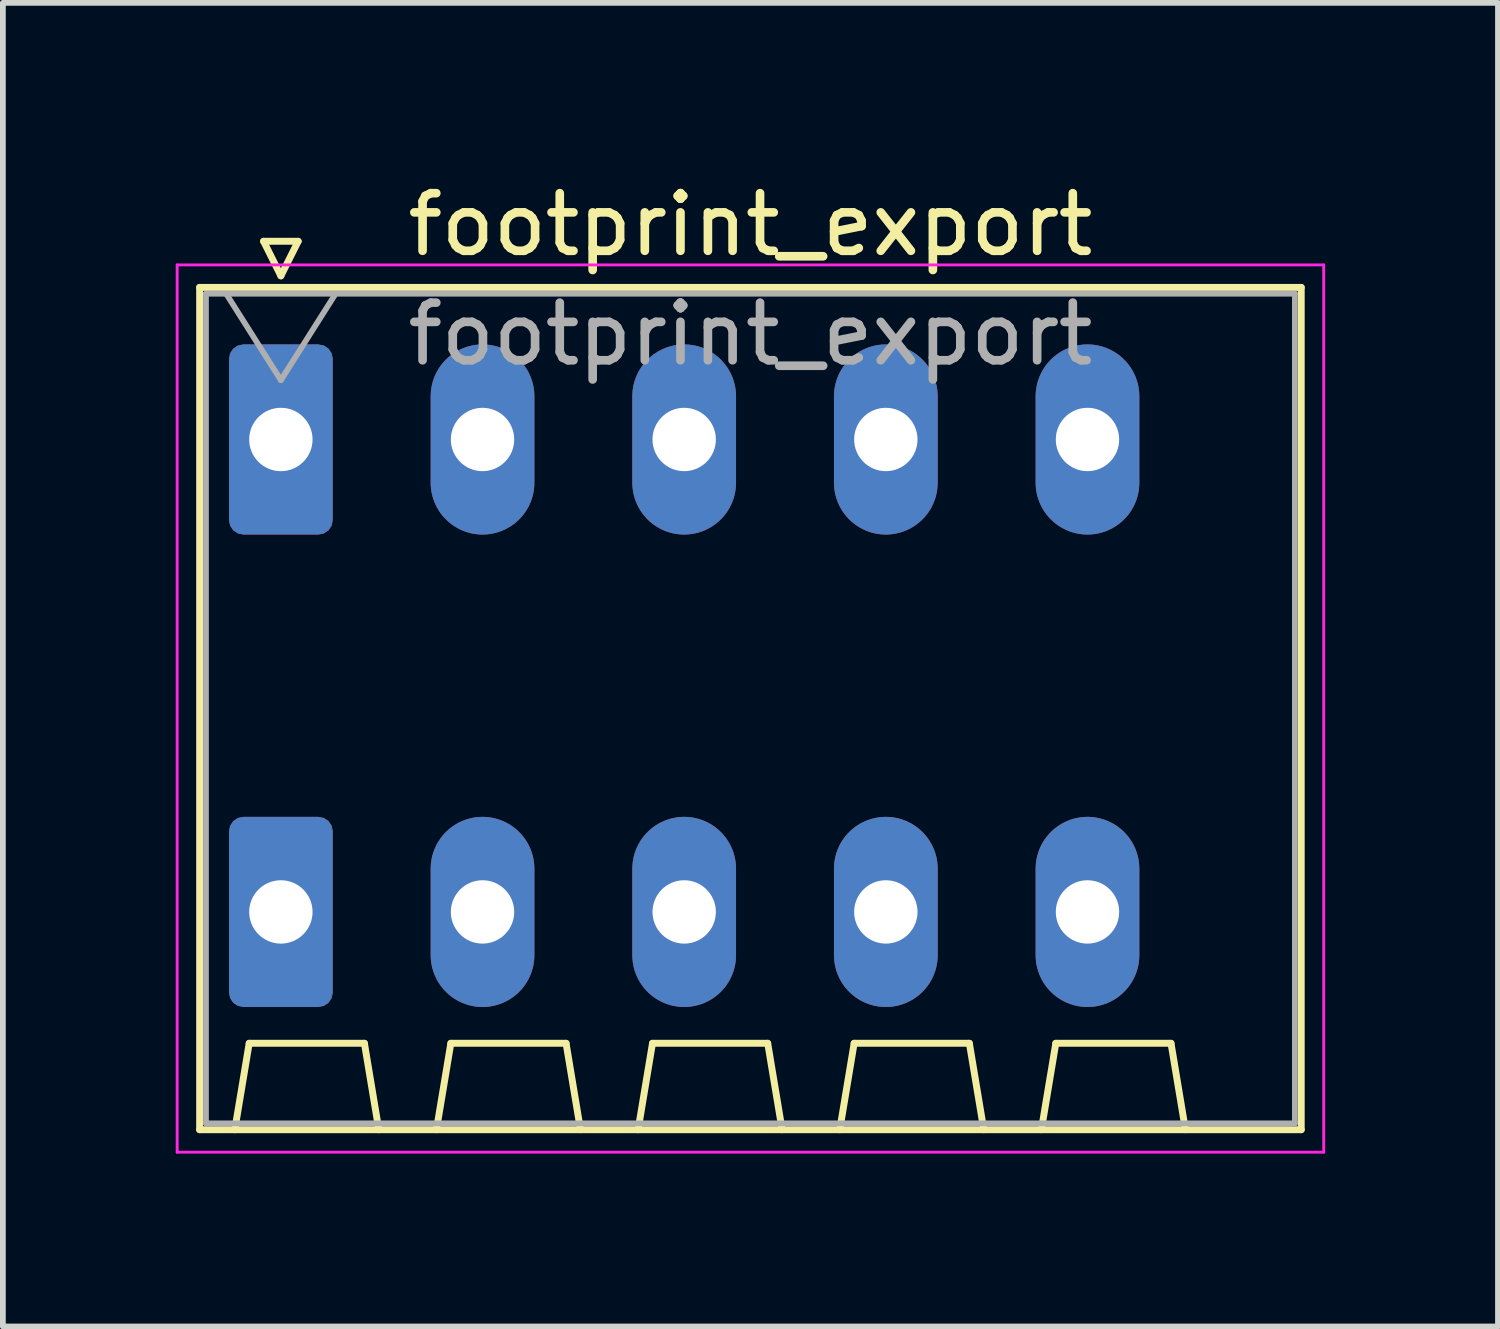
<source format=kicad_pcb>
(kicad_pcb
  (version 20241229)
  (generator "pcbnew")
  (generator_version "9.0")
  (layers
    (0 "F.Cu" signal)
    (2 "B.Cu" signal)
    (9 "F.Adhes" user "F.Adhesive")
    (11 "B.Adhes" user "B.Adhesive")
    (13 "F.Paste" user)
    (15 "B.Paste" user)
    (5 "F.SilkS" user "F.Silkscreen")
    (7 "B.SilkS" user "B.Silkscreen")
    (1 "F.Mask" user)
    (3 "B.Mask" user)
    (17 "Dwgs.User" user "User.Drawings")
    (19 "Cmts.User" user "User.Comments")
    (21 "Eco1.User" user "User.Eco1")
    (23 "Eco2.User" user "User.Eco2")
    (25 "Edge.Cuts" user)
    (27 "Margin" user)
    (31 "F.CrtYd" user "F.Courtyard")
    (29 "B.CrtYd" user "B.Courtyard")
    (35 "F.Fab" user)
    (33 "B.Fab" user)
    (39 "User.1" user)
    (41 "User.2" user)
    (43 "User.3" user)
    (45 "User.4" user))
  (footprint "footprint_export"
    (layer "F.Cu")
    (at 1.825 4.578)
    (property "Reference" "footprint_export" (at 8.15 -3.73 0) (layer "F.SilkS") (effects (font (size 1 1) (thickness 0.15))))
    (attr through_hole)
    (fp_line (start -1.41 -2.64) (end 17.71 -2.64) (stroke (width 0.12) (type solid)) (layer "F.SilkS"))
    (fp_line (start -1.41 11.98) (end -1.41 -2.64) (stroke (width 0.12) (type solid)) (layer "F.SilkS"))
    (fp_line (start -0.8 11.98) (end -0.55 10.48) (stroke (width 0.12) (type solid)) (layer "F.SilkS"))
    (fp_line (start -0.55 10.48) (end 1.45 10.48) (stroke (width 0.12) (type solid)) (layer "F.SilkS"))
    (fp_line (start -0.3 -3.44) (end 0 -2.84) (stroke (width 0.12) (type solid)) (layer "F.SilkS"))
    (fp_line (start -0.3 -3.44) (end 0.3 -3.44) (stroke (width 0.12) (type solid)) (layer "F.SilkS"))
    (fp_line (start 0.3 -3.44) (end 0 -2.84) (stroke (width 0.12) (type solid)) (layer "F.SilkS"))
    (fp_line (start 1.7 11.98) (end 1.45 10.48) (stroke (width 0.12) (type solid)) (layer "F.SilkS"))
    (fp_line (start 2.7 11.98) (end 2.95 10.48) (stroke (width 0.12) (type solid)) (layer "F.SilkS"))
    (fp_line (start 2.95 10.48) (end 4.95 10.48) (stroke (width 0.12) (type solid)) (layer "F.SilkS"))
    (fp_line (start 5.2 11.98) (end 4.95 10.48) (stroke (width 0.12) (type solid)) (layer "F.SilkS"))
    (fp_line (start 6.2 11.98) (end 6.45 10.48) (stroke (width 0.12) (type solid)) (layer "F.SilkS"))
    (fp_line (start 6.45 10.48) (end 8.45 10.48) (stroke (width 0.12) (type solid)) (layer "F.SilkS"))
    (fp_line (start 8.7 11.98) (end 8.45 10.48) (stroke (width 0.12) (type solid)) (layer "F.SilkS"))
    (fp_line (start 9.7 11.98) (end 9.95 10.48) (stroke (width 0.12) (type solid)) (layer "F.SilkS"))
    (fp_line (start 9.95 10.48) (end 11.95 10.48) (stroke (width 0.12) (type solid)) (layer "F.SilkS"))
    (fp_line (start 12.2 11.98) (end 11.95 10.48) (stroke (width 0.12) (type solid)) (layer "F.SilkS"))
    (fp_line (start 13.2 11.98) (end 13.45 10.48) (stroke (width 0.12) (type solid)) (layer "F.SilkS"))
    (fp_line (start 13.45 10.48) (end 15.45 10.48) (stroke (width 0.12) (type solid)) (layer "F.SilkS"))
    (fp_line (start 15.7 11.98) (end 15.45 10.48) (stroke (width 0.12) (type solid)) (layer "F.SilkS"))
    (fp_line (start 17.71 -2.64) (end 17.71 11.98) (stroke (width 0.12) (type solid)) (layer "F.SilkS"))
    (fp_line (start 17.71 11.98) (end -1.41 11.98) (stroke (width 0.12) (type solid)) (layer "F.SilkS"))
    (fp_line (start -1.8 -3.03) (end -1.8 12.37) (stroke (width 0.05) (type solid)) (layer "F.CrtYd"))
    (fp_line (start -1.8 12.37) (end 18.1 12.37) (stroke (width 0.05) (type solid)) (layer "F.CrtYd"))
    (fp_line (start 18.1 -3.03) (end -1.8 -3.03) (stroke (width 0.05) (type solid)) (layer "F.CrtYd"))
    (fp_line (start 18.1 12.37) (end 18.1 -3.03) (stroke (width 0.05) (type solid)) (layer "F.CrtYd"))
    (fp_line (start -1.3 -2.53) (end -1.3 11.87) (stroke (width 0.1) (type solid)) (layer "F.Fab"))
    (fp_line (start -1.3 11.87) (end 17.6 11.87) (stroke (width 0.1) (type solid)) (layer "F.Fab"))
    (fp_line (start -0.95 -2.53) (end 0 -1.03) (stroke (width 0.1) (type solid)) (layer "F.Fab"))
    (fp_line (start 0.95 -2.53) (end 0 -1.03) (stroke (width 0.1) (type solid)) (layer "F.Fab"))
    (fp_line (start 17.6 -2.53) (end -1.3 -2.53) (stroke (width 0.1) (type solid)) (layer "F.Fab"))
    (fp_line (start 17.6 11.87) (end 17.6 -2.53) (stroke (width 0.1) (type solid)) (layer "F.Fab"))
    (fp_text user "${REFERENCE}" (at 8.15 -1.83 0) (layer "F.Fab") (effects (font (size 1 1) (thickness 0.15))))
    (pad "1" thru_hole roundrect (at 0 0) (size 1.8 3.3) (drill 1.1) (layers "*.Cu" "*.Mask") (roundrect_rratio 0.139))
    (pad "1" thru_hole roundrect (at 0 8.2) (size 1.8 3.3) (drill 1.1) (layers "*.Cu" "*.Mask") (roundrect_rratio 0.139))
    (pad "2" thru_hole oval (at 3.5 0) (size 1.8 3.3) (drill 1.1) (layers "*.Cu" "*.Mask"))
    (pad "2" thru_hole oval (at 3.5 8.2) (size 1.8 3.3) (drill 1.1) (layers "*.Cu" "*.Mask"))
    (pad "3" thru_hole oval (at 7 0) (size 1.8 3.3) (drill 1.1) (layers "*.Cu" "*.Mask"))
    (pad "3" thru_hole oval (at 7 8.2) (size 1.8 3.3) (drill 1.1) (layers "*.Cu" "*.Mask"))
    (pad "4" thru_hole oval (at 10.5 0) (size 1.8 3.3) (drill 1.1) (layers "*.Cu" "*.Mask"))
    (pad "4" thru_hole oval (at 10.5 8.2) (size 1.8 3.3) (drill 1.1) (layers "*.Cu" "*.Mask"))
    (pad "5" thru_hole oval (at 14 0) (size 1.8 3.3) (drill 1.1) (layers "*.Cu" "*.Mask"))
    (pad "5" thru_hole oval (at 14 8.2) (size 1.8 3.3) (drill 1.1) (layers "*.Cu" "*.Mask")))
  (gr_rect
    (start -3 -3)
    (end 22.95 19.973)
    (stroke (width 0.1) (type default))
    (fill no)
    (layer "Edge.Cuts")))
</source>
